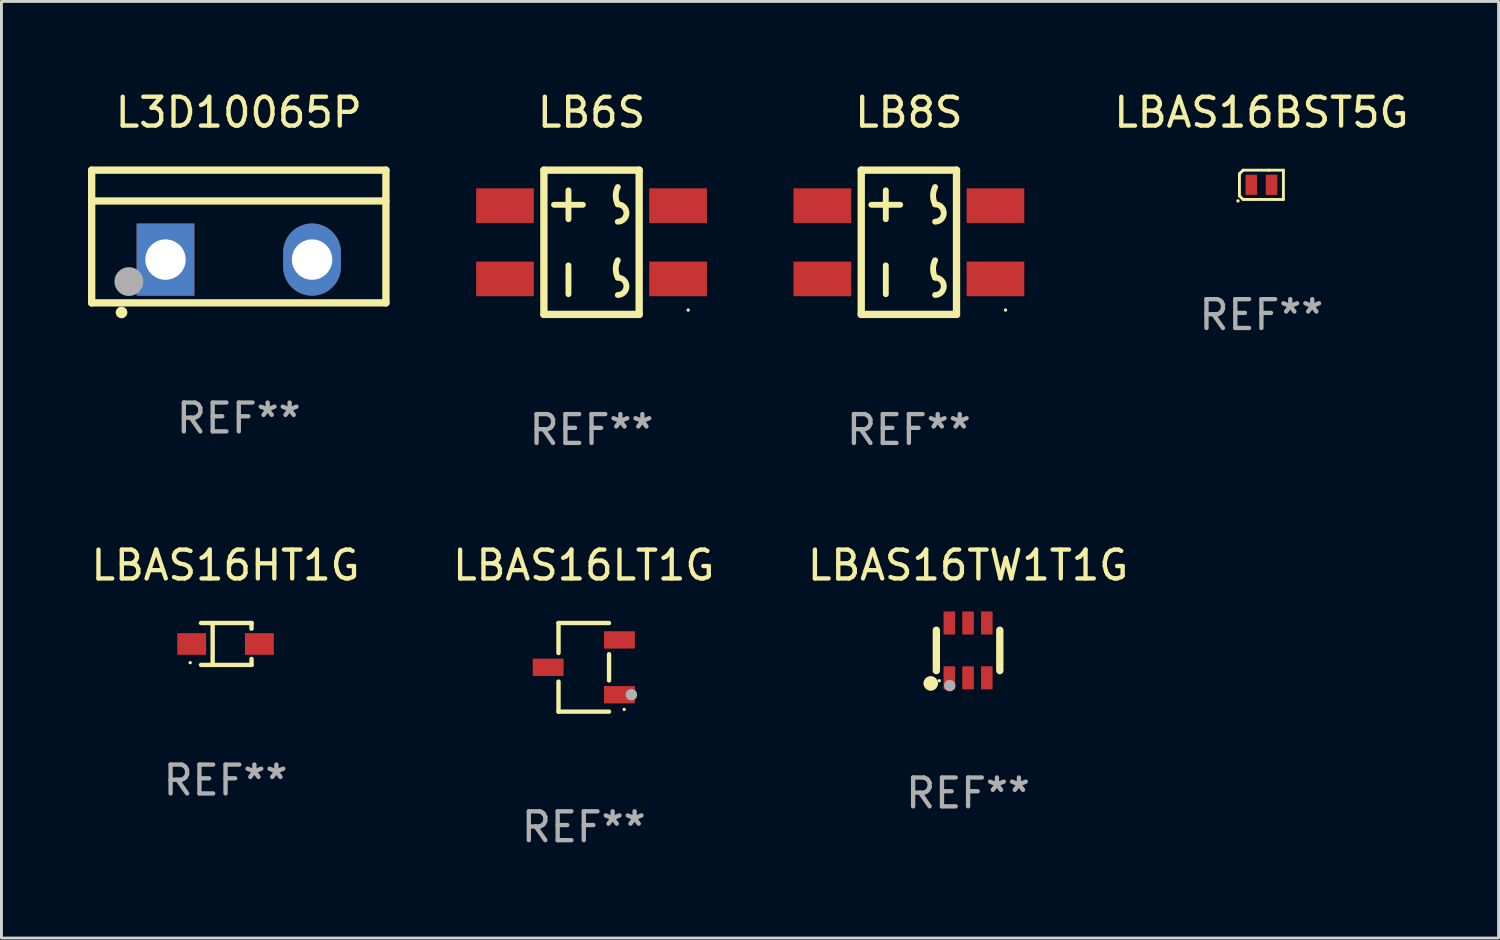
<source format=kicad_pcb>
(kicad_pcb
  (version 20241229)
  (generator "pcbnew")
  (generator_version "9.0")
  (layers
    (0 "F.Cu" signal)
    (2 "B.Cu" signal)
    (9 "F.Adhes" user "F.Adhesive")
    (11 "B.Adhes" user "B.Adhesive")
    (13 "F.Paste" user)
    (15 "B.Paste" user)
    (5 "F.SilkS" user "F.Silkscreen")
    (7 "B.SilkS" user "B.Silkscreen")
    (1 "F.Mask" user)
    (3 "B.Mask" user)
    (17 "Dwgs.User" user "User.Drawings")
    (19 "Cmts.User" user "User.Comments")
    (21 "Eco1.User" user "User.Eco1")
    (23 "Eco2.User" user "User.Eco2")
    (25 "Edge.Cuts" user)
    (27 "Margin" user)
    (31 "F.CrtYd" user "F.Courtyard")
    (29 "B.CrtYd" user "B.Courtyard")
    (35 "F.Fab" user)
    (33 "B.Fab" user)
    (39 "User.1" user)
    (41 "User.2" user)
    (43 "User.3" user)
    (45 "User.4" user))
  (footprint "LB8S"
    (layer "F.Cu")
    (at 28.454 5.348)
    (property "Reference" "LB8S" (at 0 -4.5 0) (layer "F.SilkS") (effects (font (size 1 1) (thickness 0.15))))
    (attr through_hole)
    (fp_line (start -1.651 -2.5) (end 1.651 -2.5) (stroke (width 0.254) (type solid)) (layer "F.SilkS"))
    (fp_line (start -1.651 2.5) (end -1.651 -2.5) (stroke (width 0.254) (type solid)) (layer "F.SilkS"))
    (fp_line (start -0.8 -0.8) (end -0.8 -1.8) (stroke (width 0.203) (type solid)) (layer "F.SilkS"))
    (fp_line (start -0.8 1.8) (end -0.8 0.8) (stroke (width 0.203) (type solid)) (layer "F.SilkS"))
    (fp_line (start -0.3 -1.3) (end -1.3 -1.3) (stroke (width 0.203) (type solid)) (layer "F.SilkS"))
    (fp_line (start 1.651 -2.5) (end 1.651 2.5) (stroke (width 0.254) (type solid)) (layer "F.SilkS"))
    (fp_line (start 1.651 2.5) (end -1.651 2.5) (stroke (width 0.254) (type solid)) (layer "F.SilkS"))
    (fp_arc (start 0.909397 -1.315723) (mid 1.2094 -1.014732) (end 0.909398 -0.713741) (stroke (width 0.2032) (type solid)) (layer "F.SilkS"))
    (fp_arc (start 0.909397 1.224282) (mid 1.2094 1.525273) (end 0.909398 1.826264) (stroke (width 0.2032) (type solid)) (layer "F.SilkS"))
    (fp_arc (start 0.909398 -1.315722) (mid 0.838673 -1.615443) (end 0.909398 -1.915164) (stroke (width 0.2032) (type solid)) (layer "F.SilkS"))
    (fp_arc (start 0.909398 1.224283) (mid 0.838673 0.924562) (end 0.909398 0.624841) (stroke (width 0.2032) (type solid)) (layer "F.SilkS"))
    (fp_circle (center 3.35 2.35) (end 3.38 2.35) (stroke (width 0.06) (type solid)) (fill no) (layer "F.SilkS"))
    (fp_text user "REF**" (at 0 6.5 0) (layer "F.Fab") (effects (font (size 1 1) (thickness 0.15))))
    (pad "1" smd rect (at 3 1.27 90) (size 1.2 2) (layers "F.Cu" "F.Mask" "F.Paste"))
    (pad "2" smd rect (at -3 -1.27 90) (size 1.2 2) (layers "F.Cu" "F.Mask" "F.Paste"))
    (pad "3" smd rect (at 3 -1.27 90) (size 1.2 2) (layers "F.Cu" "F.Mask" "F.Paste"))
    (pad "4" smd rect (at -3 1.27 90) (size 1.2 2) (layers "F.Cu" "F.Mask" "F.Paste")))
  (footprint "LB6S"
    (layer "F.Cu")
    (at 17.454 5.348)
    (property "Reference" "LB6S" (at 0 -4.5 0) (layer "F.SilkS") (effects (font (size 1 1) (thickness 0.15))))
    (attr through_hole)
    (fp_line (start -1.651 -2.5) (end 1.651 -2.5) (stroke (width 0.254) (type solid)) (layer "F.SilkS"))
    (fp_line (start -1.651 2.5) (end -1.651 -2.5) (stroke (width 0.254) (type solid)) (layer "F.SilkS"))
    (fp_line (start -0.8 -0.8) (end -0.8 -1.8) (stroke (width 0.203) (type solid)) (layer "F.SilkS"))
    (fp_line (start -0.8 1.8) (end -0.8 0.8) (stroke (width 0.203) (type solid)) (layer "F.SilkS"))
    (fp_line (start -0.3 -1.3) (end -1.3 -1.3) (stroke (width 0.203) (type solid)) (layer "F.SilkS"))
    (fp_line (start 1.651 -2.5) (end 1.651 2.5) (stroke (width 0.254) (type solid)) (layer "F.SilkS"))
    (fp_line (start 1.651 2.5) (end -1.651 2.5) (stroke (width 0.254) (type solid)) (layer "F.SilkS"))
    (fp_arc (start 0.909397 -1.315723) (mid 1.2094 -1.014732) (end 0.909398 -0.713741) (stroke (width 0.2032) (type solid)) (layer "F.SilkS"))
    (fp_arc (start 0.909397 1.224282) (mid 1.2094 1.525273) (end 0.909398 1.826264) (stroke (width 0.2032) (type solid)) (layer "F.SilkS"))
    (fp_arc (start 0.909398 -1.315722) (mid 0.838673 -1.615443) (end 0.909398 -1.915164) (stroke (width 0.2032) (type solid)) (layer "F.SilkS"))
    (fp_arc (start 0.909398 1.224283) (mid 0.838673 0.924562) (end 0.909398 0.624841) (stroke (width 0.2032) (type solid)) (layer "F.SilkS"))
    (fp_circle (center 3.35 2.35) (end 3.38 2.35) (stroke (width 0.06) (type solid)) (fill no) (layer "F.SilkS"))
    (fp_text user "REF**" (at 0 6.5 0) (layer "F.Fab") (effects (font (size 1 1) (thickness 0.15))))
    (pad "1" smd rect (at 3 1.27 90) (size 1.2 2) (layers "F.Cu" "F.Mask" "F.Paste"))
    (pad "2" smd rect (at -3 -1.27 90) (size 1.2 2) (layers "F.Cu" "F.Mask" "F.Paste"))
    (pad "3" smd rect (at 3 -1.27 90) (size 1.2 2) (layers "F.Cu" "F.Mask" "F.Paste"))
    (pad "4" smd rect (at -3 1.27 90) (size 1.2 2) (layers "F.Cu" "F.Mask" "F.Paste")))
  (footprint "LBAS16TW1T1G"
    (layer "F.Cu")
    (at 30.506 19.495)
    (property "Reference" "LBAS16TW1T1G" (at 0 -2.95 0) (layer "F.SilkS") (effects (font (size 1 1) (thickness 0.15))))
    (attr through_hole)
    (fp_line (start -1.1 -0.7) (end -1.1 0.7) (stroke (width 0.254) (type solid)) (layer "F.SilkS"))
    (fp_line (start 1.1 -0.7) (end 1.1 0.7) (stroke (width 0.254) (type solid)) (layer "F.SilkS"))
    (fp_circle (center -1.295 1.143) (end -1.168 1.143) (stroke (width 0.254) (type solid)) (fill no) (layer "F.SilkS"))
    (fp_circle (center -1 1.05) (end -0.97 1.05) (stroke (width 0.06) (type solid)) (fill no) (layer "F.SilkS"))
    (fp_circle (center -0.635 1.219) (end -0.535 1.219) (stroke (width 0.2) (type solid)) (fill no) (layer "F.Fab"))
    (fp_text user "REF**" (at 0 4.95 0) (layer "F.Fab") (effects (font (size 1 1) (thickness 0.15))))
    (pad "1" smd rect (at -0.65 0.95) (size 0.4 0.8) (layers "F.Cu" "F.Mask" "F.Paste"))
    (pad "2" smd rect (at 0 0.95) (size 0.4 0.8) (layers "F.Cu" "F.Mask" "F.Paste"))
    (pad "3" smd rect (at 0.65 0.95) (size 0.4 0.8) (layers "F.Cu" "F.Mask" "F.Paste"))
    (pad "4" smd rect (at 0.65 -0.95) (size 0.4 0.8) (layers "F.Cu" "F.Mask" "F.Paste"))
    (pad "5" smd rect (at 0 -0.95) (size 0.4 0.8) (layers "F.Cu" "F.Mask" "F.Paste"))
    (pad "6" smd rect (at -0.65 -0.95) (size 0.4 0.8) (layers "F.Cu" "F.Mask" "F.Paste")))
  (footprint "LBAS16BST5G"
    (layer "F.Cu")
    (at 40.674 3.356)
    (property "Reference" "LBAS16BST5G" (at 0 -2.508 0) (layer "F.SilkS") (effects (font (size 1 1) (thickness 0.15))))
    (attr through_hole)
    (fp_line (start -0.762 -0.381) (end -0.762 0.381) (stroke (width 0.1) (type solid)) (layer "F.SilkS"))
    (fp_line (start -0.762 0.381) (end -0.635 0.508) (stroke (width 0.1) (type solid)) (layer "F.SilkS"))
    (fp_line (start -0.635 -0.508) (end -0.762 -0.381) (stroke (width 0.1) (type solid)) (layer "F.SilkS"))
    (fp_line (start -0.635 -0.508) (end 0.255 -0.508) (stroke (width 0.1) (type solid)) (layer "F.SilkS"))
    (fp_line (start -0.635 0.508) (end 0.762 0.508) (stroke (width 0.1) (type solid)) (layer "F.SilkS"))
    (fp_line (start 0.762 -0.508) (end 0.255 -0.508) (stroke (width 0.1) (type solid)) (layer "F.SilkS"))
    (fp_line (start 0.762 0.508) (end 0.762 -0.508) (stroke (width 0.1) (type solid)) (layer "F.SilkS"))
    (fp_circle (center -0.812 0.558) (end -0.782 0.558) (stroke (width 0.06) (type solid)) (fill no) (layer "F.SilkS"))
    (fp_text user "REF**" (at 0 4.508 0) (layer "F.Fab") (effects (font (size 1 1) (thickness 0.15))))
    (pad "1" smd rect (at -0.35 0 180) (size 0.4 0.7) (layers "F.Cu" "F.Mask" "F.Paste"))
    (pad "2" smd rect (at 0.35 0 180) (size 0.4 0.7) (layers "F.Cu" "F.Mask" "F.Paste")))
  (footprint "L3D10065P"
    (layer "F.Cu")
    (at 5.227 5.148)
    (property "Reference" "L3D10065P" (at 0 -4.3 0) (layer "F.SilkS") (effects (font (size 1 1) (thickness 0.15))))
    (attr through_hole)
    (fp_line (start -5.1 -2.3) (end -5.1 2.3) (stroke (width 0.254) (type solid)) (layer "F.SilkS"))
    (fp_line (start -5.1 2.3) (end 5.1 2.3) (stroke (width 0.254) (type solid)) (layer "F.SilkS"))
    (fp_line (start -5.08 -1.232) (end 5.1 -1.232) (stroke (width 0.254) (type solid)) (layer "F.SilkS"))
    (fp_line (start 5.1 -2.3) (end -5.1 -2.3) (stroke (width 0.254) (type solid)) (layer "F.SilkS"))
    (fp_line (start 5.1 -2.3) (end 5.1 2.3) (stroke (width 0.254) (type solid)) (layer "F.SilkS"))
    (fp_arc (start -4.065278 2.632004) (mid -4.064008 2.632) (end -4.062738 2.632004) (stroke (width 0.4) (type solid)) (layer "F.SilkS"))
    (fp_circle (center -5.1 2.32) (end -5.07 2.32) (stroke (width 0.06) (type solid)) (fill no) (layer "F.SilkS"))
    (fp_circle (center -3.81 1.562) (end -3.56 1.562) (stroke (width 0.5) (type solid)) (fill no) (layer "F.Fab"))
    (fp_text user "REF**" (at 0 6.3 0) (layer "F.Fab") (effects (font (size 1 1) (thickness 0.15))))
    (pad "1" thru_hole rect (at -2.54 0.8) (size 2 2.5) (drill 1.4) (layers "*.Cu" "*.Mask"))
    (pad "2" thru_hole oval (at 2.54 0.8) (size 2 2.5) (drill 1.4) (layers "*.Cu" "*.Mask")))
  (footprint "LBAS16HT1G"
    (layer "F.Cu")
    (at 4.768 19.271)
    (property "Reference" "LBAS16HT1G" (at 0 -2.726 0) (layer "F.SilkS") (effects (font (size 1 1) (thickness 0.15))))
    (attr through_hole)
    (fp_line (start -0.851 -0.726) (end 0.901 -0.726) (stroke (width 0.152) (type solid)) (layer "F.SilkS"))
    (fp_line (start -0.851 0.726) (end 0.901 0.726) (stroke (width 0.152) (type solid)) (layer "F.SilkS"))
    (fp_line (start -0.447 -0.726) (end -0.447 0.726) (stroke (width 0.152) (type solid)) (layer "F.SilkS"))
    (fp_line (start 0.901 -0.726) (end 0.901 -0.53) (stroke (width 0.152) (type solid)) (layer "F.SilkS"))
    (fp_line (start 0.901 0.726) (end 0.901 0.52) (stroke (width 0.152) (type solid)) (layer "F.SilkS"))
    (fp_circle (center -1.225 0.65) (end -1.195 0.65) (stroke (width 0.06) (type solid)) (fill no) (layer "F.SilkS"))
    (fp_text user "REF**" (at 0 4.726 0) (layer "F.Fab") (effects (font (size 1 1) (thickness 0.15))))
    (pad "1" smd rect (at -1.173 0) (size 1 0.75) (layers "F.Cu" "F.Mask" "F.Paste"))
    (pad "2" smd rect (at 1.173 0) (size 1 0.75) (layers "F.Cu" "F.Mask" "F.Paste")))
  (footprint "LBAS16LT1G"
    (layer "F.Cu")
    (at 17.185 20.081)
    (property "Reference" "LBAS16LT1G" (at 0 -3.536 0) (layer "F.SilkS") (effects (font (size 1 1) (thickness 0.15))))
    (attr through_hole)
    (fp_line (start -0.876 -1.536) (end -0.876 -0.495) (stroke (width 0.152) (type solid)) (layer "F.SilkS"))
    (fp_line (start -0.876 1.536) (end -0.876 0.495) (stroke (width 0.152) (type solid)) (layer "F.SilkS"))
    (fp_line (start 0.876 -1.536) (end -0.876 -1.536) (stroke (width 0.152) (type solid)) (layer "F.SilkS"))
    (fp_line (start 0.876 -0.455) (end 0.876 0.455) (stroke (width 0.152) (type solid)) (layer "F.SilkS"))
    (fp_line (start 0.876 1.536) (end -0.876 1.536) (stroke (width 0.152) (type solid)) (layer "F.SilkS"))
    (fp_circle (center 1.4 1.46) (end 1.43 1.46) (stroke (width 0.06) (type solid)) (fill no) (layer "F.SilkS"))
    (fp_circle (center 1.651 0.95) (end 1.751 0.95) (stroke (width 0.2) (type solid)) (fill no) (layer "F.Fab"))
    (fp_text user "REF**" (at 0 5.536 0) (layer "F.Fab") (effects (font (size 1 1) (thickness 0.15))))
    (pad "1" smd rect (at 1.235 0.95) (size 1.07 0.6) (layers "F.Cu" "F.Mask" "F.Paste"))
    (pad "2" smd rect (at 1.235 -0.95) (size 1.07 0.6) (layers "F.Cu" "F.Mask" "F.Paste"))
    (pad "3" smd rect (at -1.235 0) (size 1.07 0.6) (layers "F.Cu" "F.Mask" "F.Paste")))
  (gr_rect
    (start -3 -3)
    (end 48.894 29.465)
    (stroke (width 0.1) (type default))
    (fill no)
    (layer "Edge.Cuts")))
</source>
